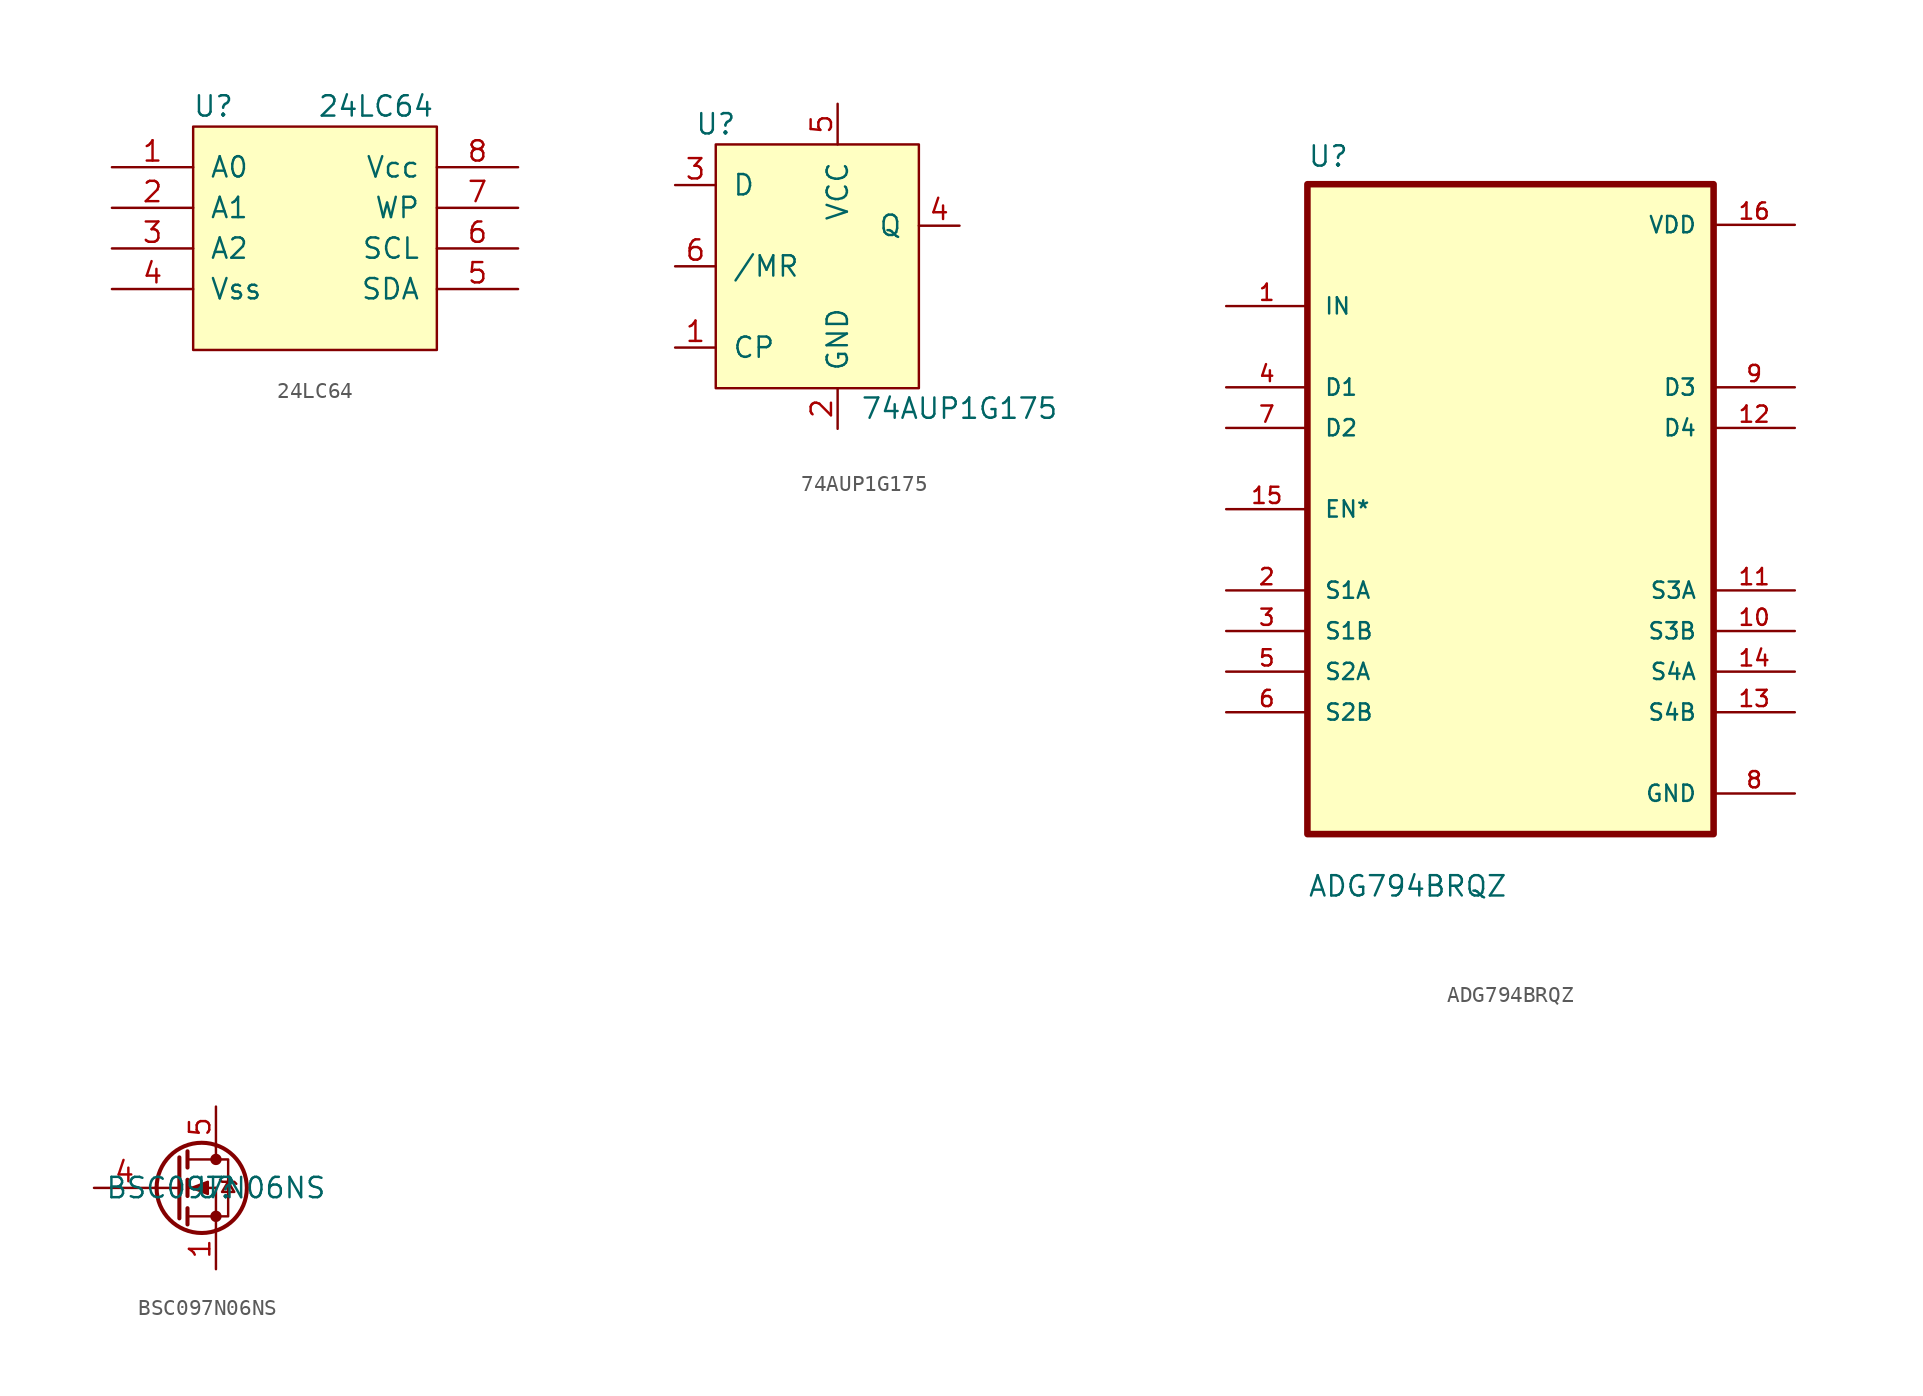
<source format=kicad_sym>
(kicad_symbol_lib
  (version 20211014)
  (generator kicad_symbol_editor)
  (symbol "24LC64"
    (pin_names
      (offset 1.016))
    (property "Reference" "U"
      (at -6.35 1.27 0)
      (effects (font (size 1.27 1.27))))
    (property "Value" "24LC64"
      (at 3.81 1.27 0)
      (effects (font (size 1.27 1.27))))
    (symbol "24LC64_0_1"
      (rectangle (start -7.62 0) (end 7.62 -13.97) (stroke (width 0) (type default) (color 0 0 0 0)) (fill (type background))))
    (symbol "24LC64_1_1"
      (pin input line (at -12.7 -2.54 0) (length 5.08) (name "A0" (effects (font (size 1.27 1.27)))) (number "1" (effects (font (size 1.27 1.27)))))
      (pin input line (at -12.7 -5.08 0) (length 5.08) (name "A1" (effects (font (size 1.27 1.27)))) (number "2" (effects (font (size 1.27 1.27)))))
      (pin input line (at -12.7 -7.62 0) (length 5.08) (name "A2" (effects (font (size 1.27 1.27)))) (number "3" (effects (font (size 1.27 1.27)))))
      (pin power_in line (at -12.7 -10.16 0) (length 5.08) (name "Vss" (effects (font (size 1.27 1.27)))) (number "4" (effects (font (size 1.27 1.27)))))
      (pin bidirectional line (at 12.7 -10.16 180) (length 5.08) (name "SDA" (effects (font (size 1.27 1.27)))) (number "5" (effects (font (size 1.27 1.27)))))
      (pin input line (at 12.7 -7.62 180) (length 5.08) (name "SCL" (effects (font (size 1.27 1.27)))) (number "6" (effects (font (size 1.27 1.27)))))
      (pin input line (at 12.7 -5.08 180) (length 5.08) (name "WP" (effects (font (size 1.27 1.27)))) (number "7" (effects (font (size 1.27 1.27)))))
      (pin power_in line (at 12.7 -2.54 180) (length 5.08) (name "Vcc" (effects (font (size 1.27 1.27)))) (number "8" (effects (font (size 1.27 1.27)))))))
  (symbol "74AUP1G175"
    (pin_names
      (offset 1.016))
    (property "Reference" "U"
      (at -6.35 8.89 0)
      (effects (font (size 1.27 1.27))))
    (property "Value" "74AUP1G175"
      (at 8.89 -8.89 0)
      (effects (font (size 1.27 1.27))))
    (symbol "74AUP1G175_0_1"
      (rectangle (start -6.35 7.62) (end 6.35 -7.62) (stroke (width 0) (type default) (color 0 0 0 0)) (fill (type background))))
    (symbol "74AUP1G175_1_1"
      (pin bidirectional line (at -8.89 -5.08 0) (length 2.54) (name "CP" (effects (font (size 1.27 1.27)))) (number "1" (effects (font (size 1.27 1.27)))))
      (pin bidirectional line (at 1.27 -10.16 90) (length 2.54) (name "GND" (effects (font (size 1.27 1.27)))) (number "2" (effects (font (size 1.27 1.27)))))
      (pin bidirectional line (at -8.89 5.08 0) (length 2.54) (name "D" (effects (font (size 1.27 1.27)))) (number "3" (effects (font (size 1.27 1.27)))))
      (pin bidirectional line (at 8.89 2.54 180) (length 2.54) (name "Q" (effects (font (size 1.27 1.27)))) (number "4" (effects (font (size 1.27 1.27)))))
      (pin bidirectional line (at 1.27 10.16 270) (length 2.54) (name "VCC" (effects (font (size 1.27 1.27)))) (number "5" (effects (font (size 1.27 1.27)))))
      (pin bidirectional line (at -8.89 0 0) (length 2.54) (name "/MR" (effects (font (size 1.27 1.27)))) (number "6" (effects (font (size 1.27 1.27)))))))
  (symbol "ADG794BRQZ"
    (pin_names
      (offset 1.016))
    (property "Reference" "U"
      (at -12.7 21.32 0)
      (effects (font (size 1.27 1.27)) (justify left bottom)))
    (property "Value" "ADG794BRQZ"
      (at -12.7 -24.32 0)
      (effects (font (size 1.27 1.27)) (justify left bottom)))
    (symbol "ADG794BRQZ_0_0"
      (rectangle (start -12.7 -20.32) (end 12.7 20.32) (stroke (width 0.41) (type default) (color 0 0 0 0)) (fill (type background)))
      (pin input line (at -17.78 12.7 0) (length 5.08) (name "IN" (effects (font (size 1.016 1.016)))) (number "1" (effects (font (size 1.016 1.016)))))
      (pin bidirectional line (at 17.78 -7.62 180) (length 5.08) (name "S3B" (effects (font (size 1.016 1.016)))) (number "10" (effects (font (size 1.016 1.016)))))
      (pin bidirectional line (at 17.78 -5.08 180) (length 5.08) (name "S3A" (effects (font (size 1.016 1.016)))) (number "11" (effects (font (size 1.016 1.016)))))
      (pin bidirectional line (at 17.78 5.08 180) (length 5.08) (name "D4" (effects (font (size 1.016 1.016)))) (number "12" (effects (font (size 1.016 1.016)))))
      (pin bidirectional line (at 17.78 -12.7 180) (length 5.08) (name "S4B" (effects (font (size 1.016 1.016)))) (number "13" (effects (font (size 1.016 1.016)))))
      (pin bidirectional line (at 17.78 -10.16 180) (length 5.08) (name "S4A" (effects (font (size 1.016 1.016)))) (number "14" (effects (font (size 1.016 1.016)))))
      (pin bidirectional line (at -17.78 0 0) (length 5.08) (name "EN*" (effects (font (size 1.016 1.016)))) (number "15" (effects (font (size 1.016 1.016)))))
      (pin power_in line (at 17.78 17.78 180) (length 5.08) (name "VDD" (effects (font (size 1.016 1.016)))) (number "16" (effects (font (size 1.016 1.016)))))
      (pin bidirectional line (at -17.78 -5.08 0) (length 5.08) (name "S1A" (effects (font (size 1.016 1.016)))) (number "2" (effects (font (size 1.016 1.016)))))
      (pin bidirectional line (at -17.78 -7.62 0) (length 5.08) (name "S1B" (effects (font (size 1.016 1.016)))) (number "3" (effects (font (size 1.016 1.016)))))
      (pin bidirectional line (at -17.78 7.62 0) (length 5.08) (name "D1" (effects (font (size 1.016 1.016)))) (number "4" (effects (font (size 1.016 1.016)))))
      (pin bidirectional line (at -17.78 -10.16 0) (length 5.08) (name "S2A" (effects (font (size 1.016 1.016)))) (number "5" (effects (font (size 1.016 1.016)))))
      (pin bidirectional line (at -17.78 -12.7 0) (length 5.08) (name "S2B" (effects (font (size 1.016 1.016)))) (number "6" (effects (font (size 1.016 1.016)))))
      (pin bidirectional line (at -17.78 5.08 0) (length 5.08) (name "D2" (effects (font (size 1.016 1.016)))) (number "7" (effects (font (size 1.016 1.016)))))
      (pin power_in line (at 17.78 -17.78 180) (length 5.08) (name "GND" (effects (font (size 1.016 1.016)))) (number "8" (effects (font (size 1.016 1.016)))))
      (pin bidirectional line (at 17.78 7.62 180) (length 5.08) (name "D3" (effects (font (size 1.016 1.016)))) (number "9" (effects (font (size 1.016 1.016)))))))
  (symbol "BSC097N06NS"
    (pin_names
      (offset 1.016))
    (property "Reference" "U"
      (at 0 0 0)
      (effects (font (size 1.27 1.27))))
    (property "Value" "BSC097N06NS"
      (at 0 0 0)
      (effects (font (size 1.27 1.27))))
    (symbol "BSC097N06NS_1_1"
      (circle (center -0.889 0) (radius 2.819) (stroke (width 0.254) (type default) (color 0 0 0 0)) (fill (type none)))
      (circle (center 0 -1.778) (radius 0.279) (stroke (width 0) (type default) (color 0 0 0 0)) (fill (type outline)))
      (polyline (pts (xy -3.81 0) (xy -2.286 0)) (stroke (width 0) (type default) (color 0 0 0 0)) (fill (type none)))
      (polyline (pts (xy -1.778 -1.778) (xy 0 -1.778)) (stroke (width 0) (type default) (color 0 0 0 0)) (fill (type none)))
      (polyline (pts (xy -1.778 -1.27) (xy -1.778 -2.286)) (stroke (width 0.254) (type default) (color 0 0 0 0)) (fill (type none)))
      (polyline (pts (xy -1.778 0) (xy 0 0)) (stroke (width 0) (type default) (color 0 0 0 0)) (fill (type none)))
      (polyline (pts (xy -1.778 0.508) (xy -1.778 -0.508)) (stroke (width 0.254) (type default) (color 0 0 0 0)) (fill (type none)))
      (polyline (pts (xy -1.778 1.778) (xy 0 1.778)) (stroke (width 0) (type default) (color 0 0 0 0)) (fill (type none)))
      (polyline (pts (xy -1.778 2.286) (xy -1.778 1.27)) (stroke (width 0.254) (type default) (color 0 0 0 0)) (fill (type none)))
      (polyline (pts (xy 0 -1.778) (xy 0 -2.54)) (stroke (width 0) (type default) (color 0 0 0 0)) (fill (type none)))
      (polyline (pts (xy 0 -1.778) (xy 0 0)) (stroke (width 0) (type default) (color 0 0 0 0)) (fill (type none)))
      (polyline (pts (xy 0 2.54) (xy 0 1.778)) (stroke (width 0) (type default) (color 0 0 0 0)) (fill (type none)))
      (polyline (pts (xy -2.286 1.905) (xy -2.286 -1.905) (xy -2.286 -1.905)) (stroke (width 0.254) (type default) (color 0 0 0 0)) (fill (type none)))
      (polyline (pts (xy -1.524 0) (xy -0.508 0.381) (xy -0.508 -0.381) (xy -1.524 0)) (stroke (width 0) (type default) (color 0 0 0 0)) (fill (type outline)))
      (polyline (pts (xy 0 -1.778) (xy 0.762 -1.778) (xy 0.762 1.778) (xy 0 1.778)) (stroke (width 0) (type default) (color 0 0 0 0)) (fill (type none)))
      (polyline (pts (xy 0.254 0.508) (xy 0.381 0.381) (xy 1.143 0.381) (xy 1.27 0.254)) (stroke (width 0) (type default) (color 0 0 0 0)) (fill (type none)))
      (polyline (pts (xy 0.762 0.381) (xy 0.381 -0.254) (xy 1.143 -0.254) (xy 0.762 0.381)) (stroke (width 0) (type default) (color 0 0 0 0)) (fill (type none)))
      (circle (center 0 1.778) (radius 0.279) (stroke (width 0) (type default) (color 0 0 0 0)) (fill (type outline)))
      (pin passive line (at 0 -5.08 90) (length 2.54) (name "~" (effects (font (size 1.27 1.27)))) (number "1" (effects (font (size 1.27 1.27)))))
      (pin passive line (at 0 -5.08 90) (length 2.54) hide (name "S" (effects (font (size 1.27 1.27)))) (number "2" (effects (font (size 1.27 1.27)))))
      (pin passive line (at 0 -5.08 90) (length 2.54) hide (name "S" (effects (font (size 1.27 1.27)))) (number "3" (effects (font (size 1.27 1.27)))))
      (pin passive line (at -7.62 0 0) (length 3.81) (name "~" (effects (font (size 1.27 1.27)))) (number "4" (effects (font (size 1.27 1.27)))))
      (pin passive line (at 0 5.08 270) (length 2.54) (name "~" (effects (font (size 1.27 1.27)))) (number "5" (effects (font (size 1.27 1.27)))))
      (pin passive line (at 0 5.08 270) (length 2.54) hide (name "D" (effects (font (size 1.27 1.27)))) (number "6" (effects (font (size 1.27 1.27)))))
      (pin passive line (at 0 5.08 270) (length 2.54) hide (name "D" (effects (font (size 1.27 1.27)))) (number "7" (effects (font (size 1.27 1.27)))))
      (pin passive line (at 0 5.08 270) (length 2.54) hide (name "D" (effects (font (size 1.27 1.27)))) (number "8" (effects (font (size 1.27 1.27))))))))
</source>
